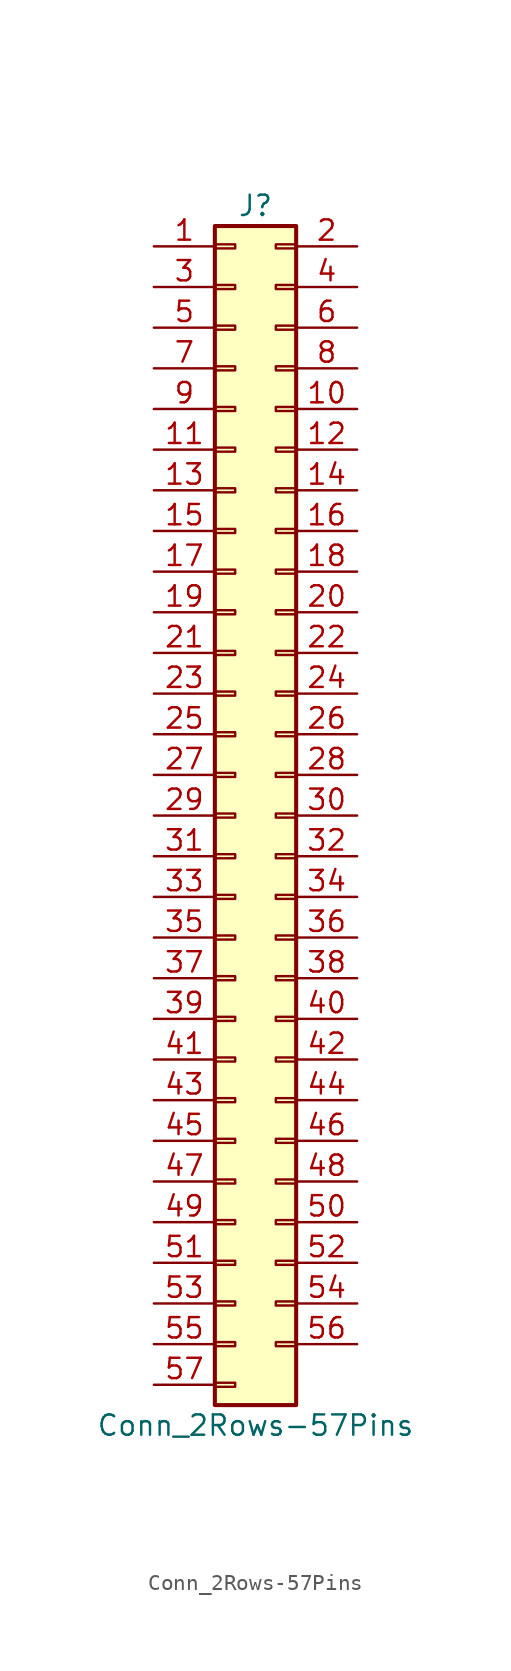
<source format=kicad_sym>
(kicad_symbol_lib
  (version 20201005)
  (generator kicad_symbol_editor)
  (symbol "Connector_Generic:Conn_2Rows-57Pins"
    (pin_names
      (offset 1.016) hide)
    (property "Reference" "J"
      (at 1.27 38.1 0)
      (effects (font (size 1.27 1.27))))
    (property "Value" "Conn_2Rows-57Pins"
      (at 1.27 -38.1 0)
      (effects (font (size 1.27 1.27))))
    (symbol "Conn_2Rows-57Pins_1_1"
      (rectangle (start -1.27 -27.813) (end 0 -28.067) (stroke (width 0.152)) (fill (type none)))
      (rectangle (start -1.27 -30.353) (end 0 -30.607) (stroke (width 0.152)) (fill (type none)))
      (rectangle (start -1.27 -32.893) (end 0 -33.147) (stroke (width 0.152)) (fill (type none)))
      (rectangle (start -1.27 -35.433) (end 0 -35.687) (stroke (width 0.152)) (fill (type none)))
      (rectangle (start -1.27 -4.953) (end 0 -5.207) (stroke (width 0.152)) (fill (type none)))
      (rectangle (start -1.27 -7.493) (end 0 -7.747) (stroke (width 0.152)) (fill (type none)))
      (rectangle (start -1.27 -10.033) (end 0 -10.287) (stroke (width 0.152)) (fill (type none)))
      (rectangle (start -1.27 -12.573) (end 0 -12.827) (stroke (width 0.152)) (fill (type none)))
      (rectangle (start -1.27 -15.113) (end 0 -15.367) (stroke (width 0.152)) (fill (type none)))
      (rectangle (start -1.27 -17.653) (end 0 -17.907) (stroke (width 0.152)) (fill (type none)))
      (rectangle (start -1.27 -20.193) (end 0 -20.447) (stroke (width 0.152)) (fill (type none)))
      (rectangle (start -1.27 -22.733) (end 0 -22.987) (stroke (width 0.152)) (fill (type none)))
      (rectangle (start -1.27 -2.413) (end 0 -2.667) (stroke (width 0.152)) (fill (type none)))
      (rectangle (start -1.27 -25.273) (end 0 -25.527) (stroke (width 0.152)) (fill (type none)))
      (rectangle (start -1.27 25.527) (end 0 25.273) (stroke (width 0.152)) (fill (type none)))
      (rectangle (start -1.27 2.667) (end 0 2.413) (stroke (width 0.152)) (fill (type none)))
      (rectangle (start -1.27 28.067) (end 0 27.813) (stroke (width 0.152)) (fill (type none)))
      (rectangle (start -1.27 30.607) (end 0 30.353) (stroke (width 0.152)) (fill (type none)))
      (rectangle (start -1.27 33.147) (end 0 32.893) (stroke (width 0.152)) (fill (type none)))
      (rectangle (start -1.27 35.687) (end 0 35.433) (stroke (width 0.152)) (fill (type none)))
      (rectangle (start -1.27 36.83) (end 3.81 -36.83) (stroke (width 0.254)) (fill (type background)))
      (rectangle (start -1.27 5.207) (end 0 4.953) (stroke (width 0.152)) (fill (type none)))
      (rectangle (start -1.27 7.747) (end 0 7.493) (stroke (width 0.152)) (fill (type none)))
      (rectangle (start -1.27 10.287) (end 0 10.033) (stroke (width 0.152)) (fill (type none)))
      (rectangle (start -1.27 0.127) (end 0 -0.127) (stroke (width 0.152)) (fill (type none)))
      (rectangle (start -1.27 12.827) (end 0 12.573) (stroke (width 0.152)) (fill (type none)))
      (rectangle (start -1.27 15.367) (end 0 15.113) (stroke (width 0.152)) (fill (type none)))
      (rectangle (start -1.27 17.907) (end 0 17.653) (stroke (width 0.152)) (fill (type none)))
      (rectangle (start -1.27 20.447) (end 0 20.193) (stroke (width 0.152)) (fill (type none)))
      (rectangle (start -1.27 22.987) (end 0 22.733) (stroke (width 0.152)) (fill (type none)))
      (rectangle (start 3.81 -27.813) (end 2.54 -28.067) (stroke (width 0.152)) (fill (type none)))
      (rectangle (start 3.81 -30.353) (end 2.54 -30.607) (stroke (width 0.152)) (fill (type none)))
      (rectangle (start 3.81 -32.893) (end 2.54 -33.147) (stroke (width 0.152)) (fill (type none)))
      (rectangle (start 3.81 -4.953) (end 2.54 -5.207) (stroke (width 0.152)) (fill (type none)))
      (rectangle (start 3.81 -7.493) (end 2.54 -7.747) (stroke (width 0.152)) (fill (type none)))
      (rectangle (start 3.81 -10.033) (end 2.54 -10.287) (stroke (width 0.152)) (fill (type none)))
      (rectangle (start 3.81 -12.573) (end 2.54 -12.827) (stroke (width 0.152)) (fill (type none)))
      (rectangle (start 3.81 -15.113) (end 2.54 -15.367) (stroke (width 0.152)) (fill (type none)))
      (rectangle (start 3.81 -17.653) (end 2.54 -17.907) (stroke (width 0.152)) (fill (type none)))
      (rectangle (start 3.81 -20.193) (end 2.54 -20.447) (stroke (width 0.152)) (fill (type none)))
      (rectangle (start 3.81 -22.733) (end 2.54 -22.987) (stroke (width 0.152)) (fill (type none)))
      (rectangle (start 3.81 -2.413) (end 2.54 -2.667) (stroke (width 0.152)) (fill (type none)))
      (rectangle (start 3.81 -25.273) (end 2.54 -25.527) (stroke (width 0.152)) (fill (type none)))
      (rectangle (start 3.81 25.527) (end 2.54 25.273) (stroke (width 0.152)) (fill (type none)))
      (rectangle (start 3.81 2.667) (end 2.54 2.413) (stroke (width 0.152)) (fill (type none)))
      (rectangle (start 3.81 28.067) (end 2.54 27.813) (stroke (width 0.152)) (fill (type none)))
      (rectangle (start 3.81 30.607) (end 2.54 30.353) (stroke (width 0.152)) (fill (type none)))
      (rectangle (start 3.81 33.147) (end 2.54 32.893) (stroke (width 0.152)) (fill (type none)))
      (rectangle (start 3.81 35.687) (end 2.54 35.433) (stroke (width 0.152)) (fill (type none)))
      (rectangle (start 3.81 5.207) (end 2.54 4.953) (stroke (width 0.152)) (fill (type none)))
      (rectangle (start 3.81 7.747) (end 2.54 7.493) (stroke (width 0.152)) (fill (type none)))
      (rectangle (start 3.81 10.287) (end 2.54 10.033) (stroke (width 0.152)) (fill (type none)))
      (rectangle (start 3.81 0.127) (end 2.54 -0.127) (stroke (width 0.152)) (fill (type none)))
      (rectangle (start 3.81 12.827) (end 2.54 12.573) (stroke (width 0.152)) (fill (type none)))
      (rectangle (start 3.81 15.367) (end 2.54 15.113) (stroke (width 0.152)) (fill (type none)))
      (rectangle (start 3.81 17.907) (end 2.54 17.653) (stroke (width 0.152)) (fill (type none)))
      (rectangle (start 3.81 20.447) (end 2.54 20.193) (stroke (width 0.152)) (fill (type none)))
      (rectangle (start 3.81 22.987) (end 2.54 22.733) (stroke (width 0.152)) (fill (type none)))
      (pin passive line (at -5.08 35.56 0) (length 3.81) (name "Pin_1" (effects (font (size 1.27 1.27)))) (number "1" (effects (font (size 1.27 1.27)))))
      (pin passive line (at 7.62 25.4 180) (length 3.81) (name "Pin_10" (effects (font (size 1.27 1.27)))) (number "10" (effects (font (size 1.27 1.27)))))
      (pin passive line (at -5.08 22.86 0) (length 3.81) (name "Pin_11" (effects (font (size 1.27 1.27)))) (number "11" (effects (font (size 1.27 1.27)))))
      (pin passive line (at 7.62 22.86 180) (length 3.81) (name "Pin_12" (effects (font (size 1.27 1.27)))) (number "12" (effects (font (size 1.27 1.27)))))
      (pin passive line (at -5.08 20.32 0) (length 3.81) (name "Pin_13" (effects (font (size 1.27 1.27)))) (number "13" (effects (font (size 1.27 1.27)))))
      (pin passive line (at 7.62 20.32 180) (length 3.81) (name "Pin_14" (effects (font (size 1.27 1.27)))) (number "14" (effects (font (size 1.27 1.27)))))
      (pin passive line (at -5.08 17.78 0) (length 3.81) (name "Pin_15" (effects (font (size 1.27 1.27)))) (number "15" (effects (font (size 1.27 1.27)))))
      (pin passive line (at 7.62 17.78 180) (length 3.81) (name "Pin_16" (effects (font (size 1.27 1.27)))) (number "16" (effects (font (size 1.27 1.27)))))
      (pin passive line (at -5.08 15.24 0) (length 3.81) (name "Pin_17" (effects (font (size 1.27 1.27)))) (number "17" (effects (font (size 1.27 1.27)))))
      (pin passive line (at 7.62 15.24 180) (length 3.81) (name "Pin_18" (effects (font (size 1.27 1.27)))) (number "18" (effects (font (size 1.27 1.27)))))
      (pin passive line (at -5.08 12.7 0) (length 3.81) (name "Pin_19" (effects (font (size 1.27 1.27)))) (number "19" (effects (font (size 1.27 1.27)))))
      (pin passive line (at 7.62 35.56 180) (length 3.81) (name "Pin_2" (effects (font (size 1.27 1.27)))) (number "2" (effects (font (size 1.27 1.27)))))
      (pin passive line (at 7.62 12.7 180) (length 3.81) (name "Pin_20" (effects (font (size 1.27 1.27)))) (number "20" (effects (font (size 1.27 1.27)))))
      (pin passive line (at -5.08 10.16 0) (length 3.81) (name "Pin_21" (effects (font (size 1.27 1.27)))) (number "21" (effects (font (size 1.27 1.27)))))
      (pin passive line (at 7.62 10.16 180) (length 3.81) (name "Pin_22" (effects (font (size 1.27 1.27)))) (number "22" (effects (font (size 1.27 1.27)))))
      (pin passive line (at -5.08 7.62 0) (length 3.81) (name "Pin_23" (effects (font (size 1.27 1.27)))) (number "23" (effects (font (size 1.27 1.27)))))
      (pin passive line (at 7.62 7.62 180) (length 3.81) (name "Pin_24" (effects (font (size 1.27 1.27)))) (number "24" (effects (font (size 1.27 1.27)))))
      (pin passive line (at -5.08 5.08 0) (length 3.81) (name "Pin_25" (effects (font (size 1.27 1.27)))) (number "25" (effects (font (size 1.27 1.27)))))
      (pin passive line (at 7.62 5.08 180) (length 3.81) (name "Pin_26" (effects (font (size 1.27 1.27)))) (number "26" (effects (font (size 1.27 1.27)))))
      (pin passive line (at -5.08 2.54 0) (length 3.81) (name "Pin_27" (effects (font (size 1.27 1.27)))) (number "27" (effects (font (size 1.27 1.27)))))
      (pin passive line (at 7.62 2.54 180) (length 3.81) (name "Pin_28" (effects (font (size 1.27 1.27)))) (number "28" (effects (font (size 1.27 1.27)))))
      (pin passive line (at -5.08 0 0) (length 3.81) (name "Pin_29" (effects (font (size 1.27 1.27)))) (number "29" (effects (font (size 1.27 1.27)))))
      (pin passive line (at -5.08 33.02 0) (length 3.81) (name "Pin_3" (effects (font (size 1.27 1.27)))) (number "3" (effects (font (size 1.27 1.27)))))
      (pin passive line (at 7.62 0 180) (length 3.81) (name "Pin_30" (effects (font (size 1.27 1.27)))) (number "30" (effects (font (size 1.27 1.27)))))
      (pin passive line (at -5.08 -2.54 0) (length 3.81) (name "Pin_31" (effects (font (size 1.27 1.27)))) (number "31" (effects (font (size 1.27 1.27)))))
      (pin passive line (at 7.62 -2.54 180) (length 3.81) (name "Pin_32" (effects (font (size 1.27 1.27)))) (number "32" (effects (font (size 1.27 1.27)))))
      (pin passive line (at -5.08 -5.08 0) (length 3.81) (name "Pin_33" (effects (font (size 1.27 1.27)))) (number "33" (effects (font (size 1.27 1.27)))))
      (pin passive line (at 7.62 -5.08 180) (length 3.81) (name "Pin_34" (effects (font (size 1.27 1.27)))) (number "34" (effects (font (size 1.27 1.27)))))
      (pin passive line (at -5.08 -7.62 0) (length 3.81) (name "Pin_35" (effects (font (size 1.27 1.27)))) (number "35" (effects (font (size 1.27 1.27)))))
      (pin passive line (at 7.62 -7.62 180) (length 3.81) (name "Pin_36" (effects (font (size 1.27 1.27)))) (number "36" (effects (font (size 1.27 1.27)))))
      (pin passive line (at -5.08 -10.16 0) (length 3.81) (name "Pin_37" (effects (font (size 1.27 1.27)))) (number "37" (effects (font (size 1.27 1.27)))))
      (pin passive line (at 7.62 -10.16 180) (length 3.81) (name "Pin_38" (effects (font (size 1.27 1.27)))) (number "38" (effects (font (size 1.27 1.27)))))
      (pin passive line (at -5.08 -12.7 0) (length 3.81) (name "Pin_39" (effects (font (size 1.27 1.27)))) (number "39" (effects (font (size 1.27 1.27)))))
      (pin passive line (at 7.62 33.02 180) (length 3.81) (name "Pin_4" (effects (font (size 1.27 1.27)))) (number "4" (effects (font (size 1.27 1.27)))))
      (pin passive line (at 7.62 -12.7 180) (length 3.81) (name "Pin_40" (effects (font (size 1.27 1.27)))) (number "40" (effects (font (size 1.27 1.27)))))
      (pin passive line (at -5.08 -15.24 0) (length 3.81) (name "Pin_41" (effects (font (size 1.27 1.27)))) (number "41" (effects (font (size 1.27 1.27)))))
      (pin passive line (at 7.62 -15.24 180) (length 3.81) (name "Pin_42" (effects (font (size 1.27 1.27)))) (number "42" (effects (font (size 1.27 1.27)))))
      (pin passive line (at -5.08 -17.78 0) (length 3.81) (name "Pin_43" (effects (font (size 1.27 1.27)))) (number "43" (effects (font (size 1.27 1.27)))))
      (pin passive line (at 7.62 -17.78 180) (length 3.81) (name "Pin_44" (effects (font (size 1.27 1.27)))) (number "44" (effects (font (size 1.27 1.27)))))
      (pin passive line (at -5.08 -20.32 0) (length 3.81) (name "Pin_45" (effects (font (size 1.27 1.27)))) (number "45" (effects (font (size 1.27 1.27)))))
      (pin passive line (at 7.62 -20.32 180) (length 3.81) (name "Pin_46" (effects (font (size 1.27 1.27)))) (number "46" (effects (font (size 1.27 1.27)))))
      (pin passive line (at -5.08 -22.86 0) (length 3.81) (name "Pin_47" (effects (font (size 1.27 1.27)))) (number "47" (effects (font (size 1.27 1.27)))))
      (pin passive line (at 7.62 -22.86 180) (length 3.81) (name "Pin_48" (effects (font (size 1.27 1.27)))) (number "48" (effects (font (size 1.27 1.27)))))
      (pin passive line (at -5.08 -25.4 0) (length 3.81) (name "Pin_49" (effects (font (size 1.27 1.27)))) (number "49" (effects (font (size 1.27 1.27)))))
      (pin passive line (at -5.08 30.48 0) (length 3.81) (name "Pin_5" (effects (font (size 1.27 1.27)))) (number "5" (effects (font (size 1.27 1.27)))))
      (pin passive line (at 7.62 -25.4 180) (length 3.81) (name "Pin_50" (effects (font (size 1.27 1.27)))) (number "50" (effects (font (size 1.27 1.27)))))
      (pin passive line (at -5.08 -27.94 0) (length 3.81) (name "Pin_51" (effects (font (size 1.27 1.27)))) (number "51" (effects (font (size 1.27 1.27)))))
      (pin passive line (at 7.62 -27.94 180) (length 3.81) (name "Pin_52" (effects (font (size 1.27 1.27)))) (number "52" (effects (font (size 1.27 1.27)))))
      (pin passive line (at -5.08 -30.48 0) (length 3.81) (name "Pin_53" (effects (font (size 1.27 1.27)))) (number "53" (effects (font (size 1.27 1.27)))))
      (pin passive line (at 7.62 -30.48 180) (length 3.81) (name "Pin_54" (effects (font (size 1.27 1.27)))) (number "54" (effects (font (size 1.27 1.27)))))
      (pin passive line (at -5.08 -33.02 0) (length 3.81) (name "Pin_55" (effects (font (size 1.27 1.27)))) (number "55" (effects (font (size 1.27 1.27)))))
      (pin passive line (at 7.62 -33.02 180) (length 3.81) (name "Pin_56" (effects (font (size 1.27 1.27)))) (number "56" (effects (font (size 1.27 1.27)))))
      (pin passive line (at -5.08 -35.56 0) (length 3.81) (name "Pin_57" (effects (font (size 1.27 1.27)))) (number "57" (effects (font (size 1.27 1.27)))))
      (pin passive line (at 7.62 30.48 180) (length 3.81) (name "Pin_6" (effects (font (size 1.27 1.27)))) (number "6" (effects (font (size 1.27 1.27)))))
      (pin passive line (at -5.08 27.94 0) (length 3.81) (name "Pin_7" (effects (font (size 1.27 1.27)))) (number "7" (effects (font (size 1.27 1.27)))))
      (pin passive line (at 7.62 27.94 180) (length 3.81) (name "Pin_8" (effects (font (size 1.27 1.27)))) (number "8" (effects (font (size 1.27 1.27)))))
      (pin passive line (at -5.08 25.4 0) (length 3.81) (name "Pin_9" (effects (font (size 1.27 1.27)))) (number "9" (effects (font (size 1.27 1.27))))))))
</source>
